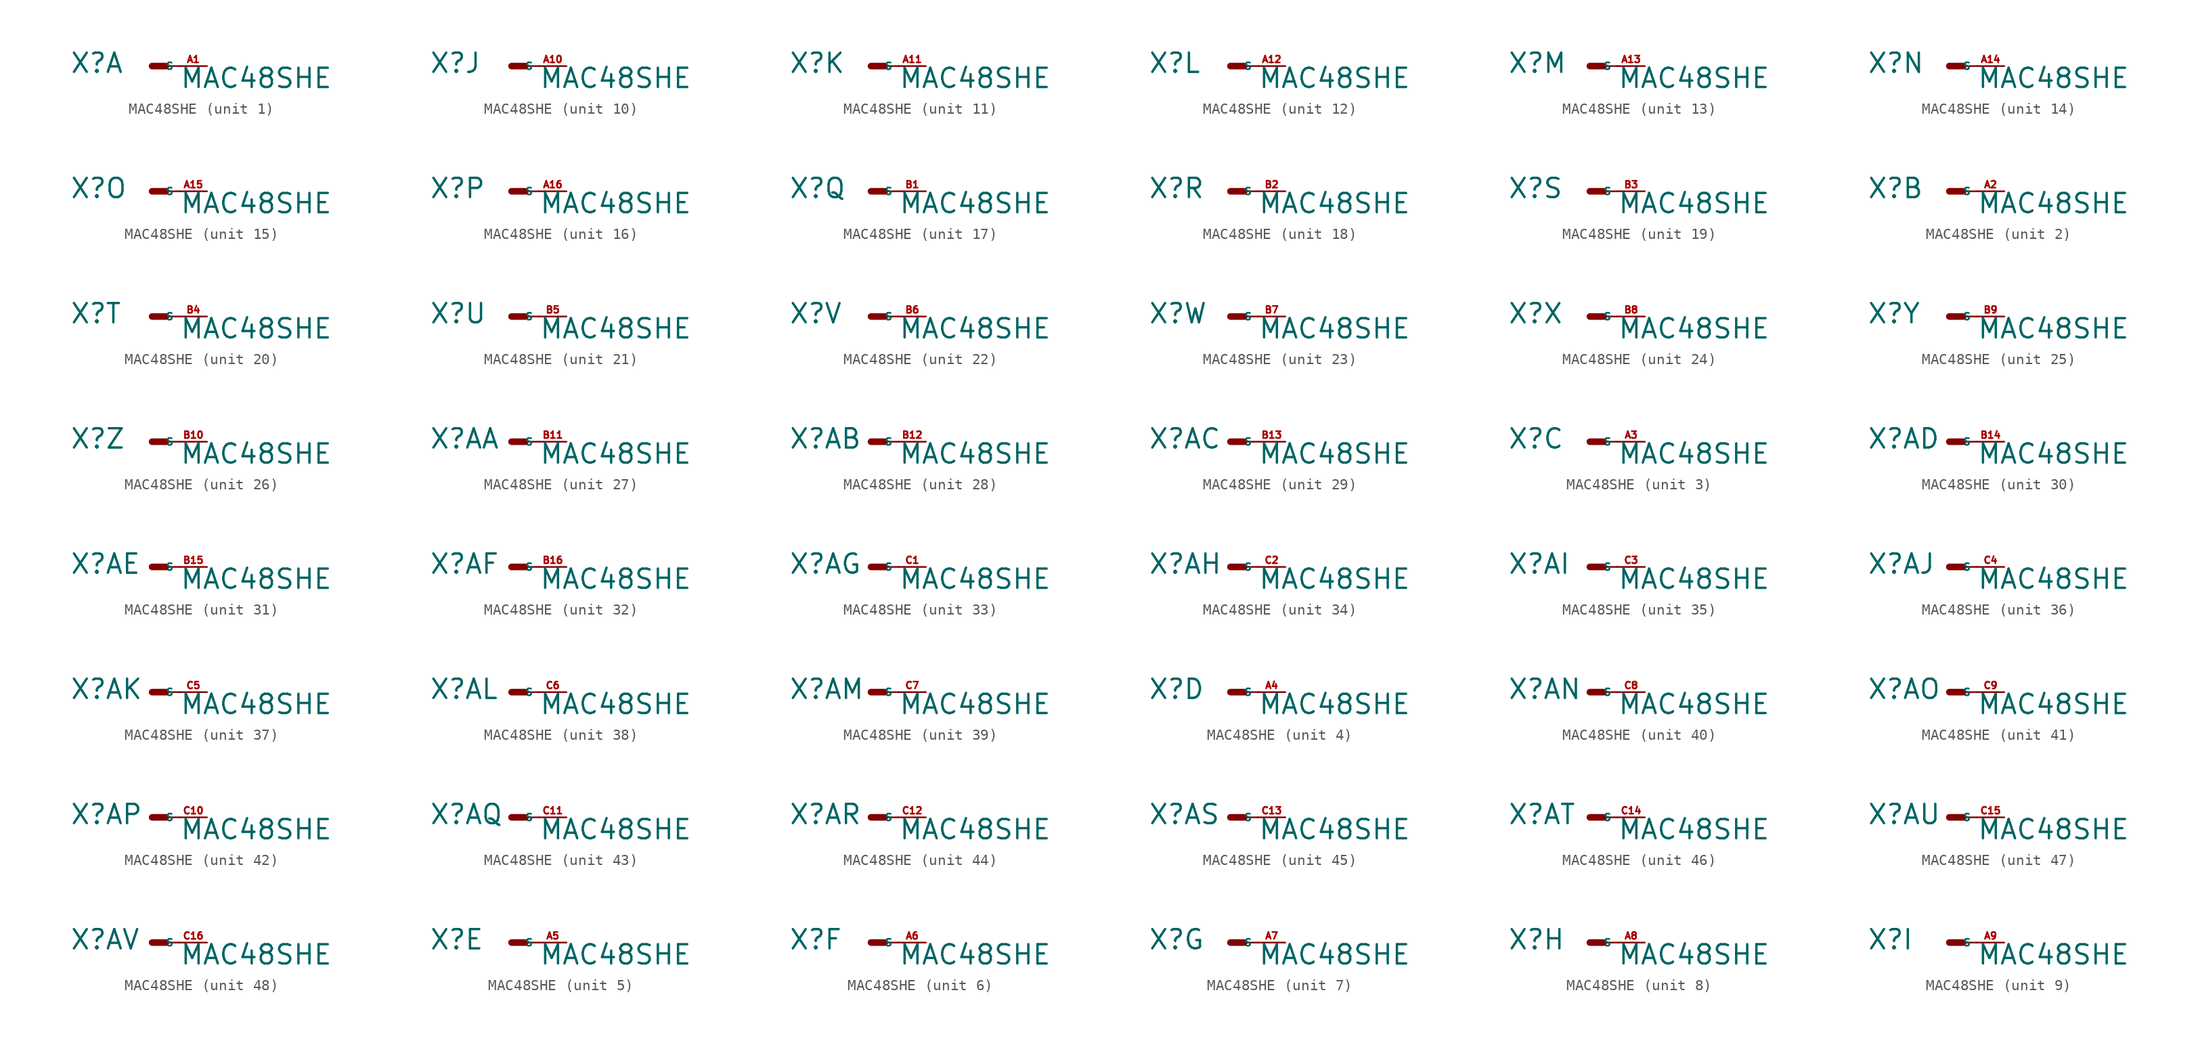
<source format=kicad_sym>
(kicad_symbol_lib
  (version 20220914)
  (generator Eagle2Kicad)
  (symbol "MAC48SHE"
    (property "Reference" "X"
      (at -7.62 -0.762 0)
      (effects (font (size 1.778 1.778) (thickness 0.22)) (justify left bottom)))
    (property "Value" "MAC48SHE"
      (at 2.54 -2.159 0)
      (effects (font (size 1.778 1.778) (thickness 0.22)) (justify left bottom)))
    (symbol "MAC48SHE_1_0"
      (polyline (pts (xy 0 0) (xy 1.27 0)) (stroke (width 0.61) (type default)) (fill (type none)))
      (polyline (pts (xy 2.54 0) (xy 1.27 0)) (stroke (width 0.152) (type default)) (fill (type none)))
      (pin passive line (at 5.08 0 180) (length 2.54) (name "S" (effects (font (size 0.635 0.635) (thickness 0.08)) (justify left bottom))) (number "A1" (effects (font (size 0.635 0.635) (thickness 0.08)) (justify left bottom)))))
    (symbol "MAC48SHE_2_0"
      (polyline (pts (xy 0 0) (xy 1.27 0)) (stroke (width 0.61) (type default)) (fill (type none)))
      (polyline (pts (xy 2.54 0) (xy 1.27 0)) (stroke (width 0.152) (type default)) (fill (type none)))
      (pin passive line (at 5.08 0 180) (length 2.54) (name "S" (effects (font (size 0.635 0.635) (thickness 0.08)) (justify left bottom))) (number "A2" (effects (font (size 0.635 0.635) (thickness 0.08)) (justify left bottom)))))
    (symbol "MAC48SHE_3_0"
      (polyline (pts (xy 0 0) (xy 1.27 0)) (stroke (width 0.61) (type default)) (fill (type none)))
      (polyline (pts (xy 2.54 0) (xy 1.27 0)) (stroke (width 0.152) (type default)) (fill (type none)))
      (pin passive line (at 5.08 0 180) (length 2.54) (name "S" (effects (font (size 0.635 0.635) (thickness 0.08)) (justify left bottom))) (number "A3" (effects (font (size 0.635 0.635) (thickness 0.08)) (justify left bottom)))))
    (symbol "MAC48SHE_4_0"
      (polyline (pts (xy 0 0) (xy 1.27 0)) (stroke (width 0.61) (type default)) (fill (type none)))
      (polyline (pts (xy 2.54 0) (xy 1.27 0)) (stroke (width 0.152) (type default)) (fill (type none)))
      (pin passive line (at 5.08 0 180) (length 2.54) (name "S" (effects (font (size 0.635 0.635) (thickness 0.08)) (justify left bottom))) (number "A4" (effects (font (size 0.635 0.635) (thickness 0.08)) (justify left bottom)))))
    (symbol "MAC48SHE_5_0"
      (polyline (pts (xy 0 0) (xy 1.27 0)) (stroke (width 0.61) (type default)) (fill (type none)))
      (polyline (pts (xy 2.54 0) (xy 1.27 0)) (stroke (width 0.152) (type default)) (fill (type none)))
      (pin passive line (at 5.08 0 180) (length 2.54) (name "S" (effects (font (size 0.635 0.635) (thickness 0.08)) (justify left bottom))) (number "A5" (effects (font (size 0.635 0.635) (thickness 0.08)) (justify left bottom)))))
    (symbol "MAC48SHE_6_0"
      (polyline (pts (xy 0 0) (xy 1.27 0)) (stroke (width 0.61) (type default)) (fill (type none)))
      (polyline (pts (xy 2.54 0) (xy 1.27 0)) (stroke (width 0.152) (type default)) (fill (type none)))
      (pin passive line (at 5.08 0 180) (length 2.54) (name "S" (effects (font (size 0.635 0.635) (thickness 0.08)) (justify left bottom))) (number "A6" (effects (font (size 0.635 0.635) (thickness 0.08)) (justify left bottom)))))
    (symbol "MAC48SHE_7_0"
      (polyline (pts (xy 0 0) (xy 1.27 0)) (stroke (width 0.61) (type default)) (fill (type none)))
      (polyline (pts (xy 2.54 0) (xy 1.27 0)) (stroke (width 0.152) (type default)) (fill (type none)))
      (pin passive line (at 5.08 0 180) (length 2.54) (name "S" (effects (font (size 0.635 0.635) (thickness 0.08)) (justify left bottom))) (number "A7" (effects (font (size 0.635 0.635) (thickness 0.08)) (justify left bottom)))))
    (symbol "MAC48SHE_8_0"
      (polyline (pts (xy 0 0) (xy 1.27 0)) (stroke (width 0.61) (type default)) (fill (type none)))
      (polyline (pts (xy 2.54 0) (xy 1.27 0)) (stroke (width 0.152) (type default)) (fill (type none)))
      (pin passive line (at 5.08 0 180) (length 2.54) (name "S" (effects (font (size 0.635 0.635) (thickness 0.08)) (justify left bottom))) (number "A8" (effects (font (size 0.635 0.635) (thickness 0.08)) (justify left bottom)))))
    (symbol "MAC48SHE_9_0"
      (polyline (pts (xy 0 0) (xy 1.27 0)) (stroke (width 0.61) (type default)) (fill (type none)))
      (polyline (pts (xy 2.54 0) (xy 1.27 0)) (stroke (width 0.152) (type default)) (fill (type none)))
      (pin passive line (at 5.08 0 180) (length 2.54) (name "S" (effects (font (size 0.635 0.635) (thickness 0.08)) (justify left bottom))) (number "A9" (effects (font (size 0.635 0.635) (thickness 0.08)) (justify left bottom)))))
    (symbol "MAC48SHE_10_0"
      (polyline (pts (xy 0 0) (xy 1.27 0)) (stroke (width 0.61) (type default)) (fill (type none)))
      (polyline (pts (xy 2.54 0) (xy 1.27 0)) (stroke (width 0.152) (type default)) (fill (type none)))
      (pin passive line (at 5.08 0 180) (length 2.54) (name "S" (effects (font (size 0.635 0.635) (thickness 0.08)) (justify left bottom))) (number "A10" (effects (font (size 0.635 0.635) (thickness 0.08)) (justify left bottom)))))
    (symbol "MAC48SHE_11_0"
      (polyline (pts (xy 0 0) (xy 1.27 0)) (stroke (width 0.61) (type default)) (fill (type none)))
      (polyline (pts (xy 2.54 0) (xy 1.27 0)) (stroke (width 0.152) (type default)) (fill (type none)))
      (pin passive line (at 5.08 0 180) (length 2.54) (name "S" (effects (font (size 0.635 0.635) (thickness 0.08)) (justify left bottom))) (number "A11" (effects (font (size 0.635 0.635) (thickness 0.08)) (justify left bottom)))))
    (symbol "MAC48SHE_12_0"
      (polyline (pts (xy 0 0) (xy 1.27 0)) (stroke (width 0.61) (type default)) (fill (type none)))
      (polyline (pts (xy 2.54 0) (xy 1.27 0)) (stroke (width 0.152) (type default)) (fill (type none)))
      (pin passive line (at 5.08 0 180) (length 2.54) (name "S" (effects (font (size 0.635 0.635) (thickness 0.08)) (justify left bottom))) (number "A12" (effects (font (size 0.635 0.635) (thickness 0.08)) (justify left bottom)))))
    (symbol "MAC48SHE_13_0"
      (polyline (pts (xy 0 0) (xy 1.27 0)) (stroke (width 0.61) (type default)) (fill (type none)))
      (polyline (pts (xy 2.54 0) (xy 1.27 0)) (stroke (width 0.152) (type default)) (fill (type none)))
      (pin passive line (at 5.08 0 180) (length 2.54) (name "S" (effects (font (size 0.635 0.635) (thickness 0.08)) (justify left bottom))) (number "A13" (effects (font (size 0.635 0.635) (thickness 0.08)) (justify left bottom)))))
    (symbol "MAC48SHE_14_0"
      (polyline (pts (xy 0 0) (xy 1.27 0)) (stroke (width 0.61) (type default)) (fill (type none)))
      (polyline (pts (xy 2.54 0) (xy 1.27 0)) (stroke (width 0.152) (type default)) (fill (type none)))
      (pin passive line (at 5.08 0 180) (length 2.54) (name "S" (effects (font (size 0.635 0.635) (thickness 0.08)) (justify left bottom))) (number "A14" (effects (font (size 0.635 0.635) (thickness 0.08)) (justify left bottom)))))
    (symbol "MAC48SHE_15_0"
      (polyline (pts (xy 0 0) (xy 1.27 0)) (stroke (width 0.61) (type default)) (fill (type none)))
      (polyline (pts (xy 2.54 0) (xy 1.27 0)) (stroke (width 0.152) (type default)) (fill (type none)))
      (pin passive line (at 5.08 0 180) (length 2.54) (name "S" (effects (font (size 0.635 0.635) (thickness 0.08)) (justify left bottom))) (number "A15" (effects (font (size 0.635 0.635) (thickness 0.08)) (justify left bottom)))))
    (symbol "MAC48SHE_16_0"
      (polyline (pts (xy 0 0) (xy 1.27 0)) (stroke (width 0.61) (type default)) (fill (type none)))
      (polyline (pts (xy 2.54 0) (xy 1.27 0)) (stroke (width 0.152) (type default)) (fill (type none)))
      (pin passive line (at 5.08 0 180) (length 2.54) (name "S" (effects (font (size 0.635 0.635) (thickness 0.08)) (justify left bottom))) (number "A16" (effects (font (size 0.635 0.635) (thickness 0.08)) (justify left bottom)))))
    (symbol "MAC48SHE_17_0"
      (polyline (pts (xy 0 0) (xy 1.27 0)) (stroke (width 0.61) (type default)) (fill (type none)))
      (polyline (pts (xy 2.54 0) (xy 1.27 0)) (stroke (width 0.152) (type default)) (fill (type none)))
      (pin passive line (at 5.08 0 180) (length 2.54) (name "S" (effects (font (size 0.635 0.635) (thickness 0.08)) (justify left bottom))) (number "B1" (effects (font (size 0.635 0.635) (thickness 0.08)) (justify left bottom)))))
    (symbol "MAC48SHE_18_0"
      (polyline (pts (xy 0 0) (xy 1.27 0)) (stroke (width 0.61) (type default)) (fill (type none)))
      (polyline (pts (xy 2.54 0) (xy 1.27 0)) (stroke (width 0.152) (type default)) (fill (type none)))
      (pin passive line (at 5.08 0 180) (length 2.54) (name "S" (effects (font (size 0.635 0.635) (thickness 0.08)) (justify left bottom))) (number "B2" (effects (font (size 0.635 0.635) (thickness 0.08)) (justify left bottom)))))
    (symbol "MAC48SHE_19_0"
      (polyline (pts (xy 0 0) (xy 1.27 0)) (stroke (width 0.61) (type default)) (fill (type none)))
      (polyline (pts (xy 2.54 0) (xy 1.27 0)) (stroke (width 0.152) (type default)) (fill (type none)))
      (pin passive line (at 5.08 0 180) (length 2.54) (name "S" (effects (font (size 0.635 0.635) (thickness 0.08)) (justify left bottom))) (number "B3" (effects (font (size 0.635 0.635) (thickness 0.08)) (justify left bottom)))))
    (symbol "MAC48SHE_20_0"
      (polyline (pts (xy 0 0) (xy 1.27 0)) (stroke (width 0.61) (type default)) (fill (type none)))
      (polyline (pts (xy 2.54 0) (xy 1.27 0)) (stroke (width 0.152) (type default)) (fill (type none)))
      (pin passive line (at 5.08 0 180) (length 2.54) (name "S" (effects (font (size 0.635 0.635) (thickness 0.08)) (justify left bottom))) (number "B4" (effects (font (size 0.635 0.635) (thickness 0.08)) (justify left bottom)))))
    (symbol "MAC48SHE_21_0"
      (polyline (pts (xy 0 0) (xy 1.27 0)) (stroke (width 0.61) (type default)) (fill (type none)))
      (polyline (pts (xy 2.54 0) (xy 1.27 0)) (stroke (width 0.152) (type default)) (fill (type none)))
      (pin passive line (at 5.08 0 180) (length 2.54) (name "S" (effects (font (size 0.635 0.635) (thickness 0.08)) (justify left bottom))) (number "B5" (effects (font (size 0.635 0.635) (thickness 0.08)) (justify left bottom)))))
    (symbol "MAC48SHE_22_0"
      (polyline (pts (xy 0 0) (xy 1.27 0)) (stroke (width 0.61) (type default)) (fill (type none)))
      (polyline (pts (xy 2.54 0) (xy 1.27 0)) (stroke (width 0.152) (type default)) (fill (type none)))
      (pin passive line (at 5.08 0 180) (length 2.54) (name "S" (effects (font (size 0.635 0.635) (thickness 0.08)) (justify left bottom))) (number "B6" (effects (font (size 0.635 0.635) (thickness 0.08)) (justify left bottom)))))
    (symbol "MAC48SHE_23_0"
      (polyline (pts (xy 0 0) (xy 1.27 0)) (stroke (width 0.61) (type default)) (fill (type none)))
      (polyline (pts (xy 2.54 0) (xy 1.27 0)) (stroke (width 0.152) (type default)) (fill (type none)))
      (pin passive line (at 5.08 0 180) (length 2.54) (name "S" (effects (font (size 0.635 0.635) (thickness 0.08)) (justify left bottom))) (number "B7" (effects (font (size 0.635 0.635) (thickness 0.08)) (justify left bottom)))))
    (symbol "MAC48SHE_24_0"
      (polyline (pts (xy 0 0) (xy 1.27 0)) (stroke (width 0.61) (type default)) (fill (type none)))
      (polyline (pts (xy 2.54 0) (xy 1.27 0)) (stroke (width 0.152) (type default)) (fill (type none)))
      (pin passive line (at 5.08 0 180) (length 2.54) (name "S" (effects (font (size 0.635 0.635) (thickness 0.08)) (justify left bottom))) (number "B8" (effects (font (size 0.635 0.635) (thickness 0.08)) (justify left bottom)))))
    (symbol "MAC48SHE_25_0"
      (polyline (pts (xy 0 0) (xy 1.27 0)) (stroke (width 0.61) (type default)) (fill (type none)))
      (polyline (pts (xy 2.54 0) (xy 1.27 0)) (stroke (width 0.152) (type default)) (fill (type none)))
      (pin passive line (at 5.08 0 180) (length 2.54) (name "S" (effects (font (size 0.635 0.635) (thickness 0.08)) (justify left bottom))) (number "B9" (effects (font (size 0.635 0.635) (thickness 0.08)) (justify left bottom)))))
    (symbol "MAC48SHE_26_0"
      (polyline (pts (xy 0 0) (xy 1.27 0)) (stroke (width 0.61) (type default)) (fill (type none)))
      (polyline (pts (xy 2.54 0) (xy 1.27 0)) (stroke (width 0.152) (type default)) (fill (type none)))
      (pin passive line (at 5.08 0 180) (length 2.54) (name "S" (effects (font (size 0.635 0.635) (thickness 0.08)) (justify left bottom))) (number "B10" (effects (font (size 0.635 0.635) (thickness 0.08)) (justify left bottom)))))
    (symbol "MAC48SHE_27_0"
      (polyline (pts (xy 0 0) (xy 1.27 0)) (stroke (width 0.61) (type default)) (fill (type none)))
      (polyline (pts (xy 2.54 0) (xy 1.27 0)) (stroke (width 0.152) (type default)) (fill (type none)))
      (pin passive line (at 5.08 0 180) (length 2.54) (name "S" (effects (font (size 0.635 0.635) (thickness 0.08)) (justify left bottom))) (number "B11" (effects (font (size 0.635 0.635) (thickness 0.08)) (justify left bottom)))))
    (symbol "MAC48SHE_28_0"
      (polyline (pts (xy 0 0) (xy 1.27 0)) (stroke (width 0.61) (type default)) (fill (type none)))
      (polyline (pts (xy 2.54 0) (xy 1.27 0)) (stroke (width 0.152) (type default)) (fill (type none)))
      (pin passive line (at 5.08 0 180) (length 2.54) (name "S" (effects (font (size 0.635 0.635) (thickness 0.08)) (justify left bottom))) (number "B12" (effects (font (size 0.635 0.635) (thickness 0.08)) (justify left bottom)))))
    (symbol "MAC48SHE_29_0"
      (polyline (pts (xy 0 0) (xy 1.27 0)) (stroke (width 0.61) (type default)) (fill (type none)))
      (polyline (pts (xy 2.54 0) (xy 1.27 0)) (stroke (width 0.152) (type default)) (fill (type none)))
      (pin passive line (at 5.08 0 180) (length 2.54) (name "S" (effects (font (size 0.635 0.635) (thickness 0.08)) (justify left bottom))) (number "B13" (effects (font (size 0.635 0.635) (thickness 0.08)) (justify left bottom)))))
    (symbol "MAC48SHE_30_0"
      (polyline (pts (xy 0 0) (xy 1.27 0)) (stroke (width 0.61) (type default)) (fill (type none)))
      (polyline (pts (xy 2.54 0) (xy 1.27 0)) (stroke (width 0.152) (type default)) (fill (type none)))
      (pin passive line (at 5.08 0 180) (length 2.54) (name "S" (effects (font (size 0.635 0.635) (thickness 0.08)) (justify left bottom))) (number "B14" (effects (font (size 0.635 0.635) (thickness 0.08)) (justify left bottom)))))
    (symbol "MAC48SHE_31_0"
      (polyline (pts (xy 0 0) (xy 1.27 0)) (stroke (width 0.61) (type default)) (fill (type none)))
      (polyline (pts (xy 2.54 0) (xy 1.27 0)) (stroke (width 0.152) (type default)) (fill (type none)))
      (pin passive line (at 5.08 0 180) (length 2.54) (name "S" (effects (font (size 0.635 0.635) (thickness 0.08)) (justify left bottom))) (number "B15" (effects (font (size 0.635 0.635) (thickness 0.08)) (justify left bottom)))))
    (symbol "MAC48SHE_32_0"
      (polyline (pts (xy 0 0) (xy 1.27 0)) (stroke (width 0.61) (type default)) (fill (type none)))
      (polyline (pts (xy 2.54 0) (xy 1.27 0)) (stroke (width 0.152) (type default)) (fill (type none)))
      (pin passive line (at 5.08 0 180) (length 2.54) (name "S" (effects (font (size 0.635 0.635) (thickness 0.08)) (justify left bottom))) (number "B16" (effects (font (size 0.635 0.635) (thickness 0.08)) (justify left bottom)))))
    (symbol "MAC48SHE_33_0"
      (polyline (pts (xy 0 0) (xy 1.27 0)) (stroke (width 0.61) (type default)) (fill (type none)))
      (polyline (pts (xy 2.54 0) (xy 1.27 0)) (stroke (width 0.152) (type default)) (fill (type none)))
      (pin passive line (at 5.08 0 180) (length 2.54) (name "S" (effects (font (size 0.635 0.635) (thickness 0.08)) (justify left bottom))) (number "C1" (effects (font (size 0.635 0.635) (thickness 0.08)) (justify left bottom)))))
    (symbol "MAC48SHE_34_0"
      (polyline (pts (xy 0 0) (xy 1.27 0)) (stroke (width 0.61) (type default)) (fill (type none)))
      (polyline (pts (xy 2.54 0) (xy 1.27 0)) (stroke (width 0.152) (type default)) (fill (type none)))
      (pin passive line (at 5.08 0 180) (length 2.54) (name "S" (effects (font (size 0.635 0.635) (thickness 0.08)) (justify left bottom))) (number "C2" (effects (font (size 0.635 0.635) (thickness 0.08)) (justify left bottom)))))
    (symbol "MAC48SHE_35_0"
      (polyline (pts (xy 0 0) (xy 1.27 0)) (stroke (width 0.61) (type default)) (fill (type none)))
      (polyline (pts (xy 2.54 0) (xy 1.27 0)) (stroke (width 0.152) (type default)) (fill (type none)))
      (pin passive line (at 5.08 0 180) (length 2.54) (name "S" (effects (font (size 0.635 0.635) (thickness 0.08)) (justify left bottom))) (number "C3" (effects (font (size 0.635 0.635) (thickness 0.08)) (justify left bottom)))))
    (symbol "MAC48SHE_36_0"
      (polyline (pts (xy 0 0) (xy 1.27 0)) (stroke (width 0.61) (type default)) (fill (type none)))
      (polyline (pts (xy 2.54 0) (xy 1.27 0)) (stroke (width 0.152) (type default)) (fill (type none)))
      (pin passive line (at 5.08 0 180) (length 2.54) (name "S" (effects (font (size 0.635 0.635) (thickness 0.08)) (justify left bottom))) (number "C4" (effects (font (size 0.635 0.635) (thickness 0.08)) (justify left bottom)))))
    (symbol "MAC48SHE_37_0"
      (polyline (pts (xy 0 0) (xy 1.27 0)) (stroke (width 0.61) (type default)) (fill (type none)))
      (polyline (pts (xy 2.54 0) (xy 1.27 0)) (stroke (width 0.152) (type default)) (fill (type none)))
      (pin passive line (at 5.08 0 180) (length 2.54) (name "S" (effects (font (size 0.635 0.635) (thickness 0.08)) (justify left bottom))) (number "C5" (effects (font (size 0.635 0.635) (thickness 0.08)) (justify left bottom)))))
    (symbol "MAC48SHE_38_0"
      (polyline (pts (xy 0 0) (xy 1.27 0)) (stroke (width 0.61) (type default)) (fill (type none)))
      (polyline (pts (xy 2.54 0) (xy 1.27 0)) (stroke (width 0.152) (type default)) (fill (type none)))
      (pin passive line (at 5.08 0 180) (length 2.54) (name "S" (effects (font (size 0.635 0.635) (thickness 0.08)) (justify left bottom))) (number "C6" (effects (font (size 0.635 0.635) (thickness 0.08)) (justify left bottom)))))
    (symbol "MAC48SHE_39_0"
      (polyline (pts (xy 0 0) (xy 1.27 0)) (stroke (width 0.61) (type default)) (fill (type none)))
      (polyline (pts (xy 2.54 0) (xy 1.27 0)) (stroke (width 0.152) (type default)) (fill (type none)))
      (pin passive line (at 5.08 0 180) (length 2.54) (name "S" (effects (font (size 0.635 0.635) (thickness 0.08)) (justify left bottom))) (number "C7" (effects (font (size 0.635 0.635) (thickness 0.08)) (justify left bottom)))))
    (symbol "MAC48SHE_40_0"
      (polyline (pts (xy 0 0) (xy 1.27 0)) (stroke (width 0.61) (type default)) (fill (type none)))
      (polyline (pts (xy 2.54 0) (xy 1.27 0)) (stroke (width 0.152) (type default)) (fill (type none)))
      (pin passive line (at 5.08 0 180) (length 2.54) (name "S" (effects (font (size 0.635 0.635) (thickness 0.08)) (justify left bottom))) (number "C8" (effects (font (size 0.635 0.635) (thickness 0.08)) (justify left bottom)))))
    (symbol "MAC48SHE_41_0"
      (polyline (pts (xy 0 0) (xy 1.27 0)) (stroke (width 0.61) (type default)) (fill (type none)))
      (polyline (pts (xy 2.54 0) (xy 1.27 0)) (stroke (width 0.152) (type default)) (fill (type none)))
      (pin passive line (at 5.08 0 180) (length 2.54) (name "S" (effects (font (size 0.635 0.635) (thickness 0.08)) (justify left bottom))) (number "C9" (effects (font (size 0.635 0.635) (thickness 0.08)) (justify left bottom)))))
    (symbol "MAC48SHE_42_0"
      (polyline (pts (xy 0 0) (xy 1.27 0)) (stroke (width 0.61) (type default)) (fill (type none)))
      (polyline (pts (xy 2.54 0) (xy 1.27 0)) (stroke (width 0.152) (type default)) (fill (type none)))
      (pin passive line (at 5.08 0 180) (length 2.54) (name "S" (effects (font (size 0.635 0.635) (thickness 0.08)) (justify left bottom))) (number "C10" (effects (font (size 0.635 0.635) (thickness 0.08)) (justify left bottom)))))
    (symbol "MAC48SHE_43_0"
      (polyline (pts (xy 0 0) (xy 1.27 0)) (stroke (width 0.61) (type default)) (fill (type none)))
      (polyline (pts (xy 2.54 0) (xy 1.27 0)) (stroke (width 0.152) (type default)) (fill (type none)))
      (pin passive line (at 5.08 0 180) (length 2.54) (name "S" (effects (font (size 0.635 0.635) (thickness 0.08)) (justify left bottom))) (number "C11" (effects (font (size 0.635 0.635) (thickness 0.08)) (justify left bottom)))))
    (symbol "MAC48SHE_44_0"
      (polyline (pts (xy 0 0) (xy 1.27 0)) (stroke (width 0.61) (type default)) (fill (type none)))
      (polyline (pts (xy 2.54 0) (xy 1.27 0)) (stroke (width 0.152) (type default)) (fill (type none)))
      (pin passive line (at 5.08 0 180) (length 2.54) (name "S" (effects (font (size 0.635 0.635) (thickness 0.08)) (justify left bottom))) (number "C12" (effects (font (size 0.635 0.635) (thickness 0.08)) (justify left bottom)))))
    (symbol "MAC48SHE_45_0"
      (polyline (pts (xy 0 0) (xy 1.27 0)) (stroke (width 0.61) (type default)) (fill (type none)))
      (polyline (pts (xy 2.54 0) (xy 1.27 0)) (stroke (width 0.152) (type default)) (fill (type none)))
      (pin passive line (at 5.08 0 180) (length 2.54) (name "S" (effects (font (size 0.635 0.635) (thickness 0.08)) (justify left bottom))) (number "C13" (effects (font (size 0.635 0.635) (thickness 0.08)) (justify left bottom)))))
    (symbol "MAC48SHE_46_0"
      (polyline (pts (xy 0 0) (xy 1.27 0)) (stroke (width 0.61) (type default)) (fill (type none)))
      (polyline (pts (xy 2.54 0) (xy 1.27 0)) (stroke (width 0.152) (type default)) (fill (type none)))
      (pin passive line (at 5.08 0 180) (length 2.54) (name "S" (effects (font (size 0.635 0.635) (thickness 0.08)) (justify left bottom))) (number "C14" (effects (font (size 0.635 0.635) (thickness 0.08)) (justify left bottom)))))
    (symbol "MAC48SHE_47_0"
      (polyline (pts (xy 0 0) (xy 1.27 0)) (stroke (width 0.61) (type default)) (fill (type none)))
      (polyline (pts (xy 2.54 0) (xy 1.27 0)) (stroke (width 0.152) (type default)) (fill (type none)))
      (pin passive line (at 5.08 0 180) (length 2.54) (name "S" (effects (font (size 0.635 0.635) (thickness 0.08)) (justify left bottom))) (number "C15" (effects (font (size 0.635 0.635) (thickness 0.08)) (justify left bottom)))))
    (symbol "MAC48SHE_48_0"
      (polyline (pts (xy 0 0) (xy 1.27 0)) (stroke (width 0.61) (type default)) (fill (type none)))
      (polyline (pts (xy 2.54 0) (xy 1.27 0)) (stroke (width 0.152) (type default)) (fill (type none)))
      (pin passive line (at 5.08 0 180) (length 2.54) (name "S" (effects (font (size 0.635 0.635) (thickness 0.08)) (justify left bottom))) (number "C16" (effects (font (size 0.635 0.635) (thickness 0.08)) (justify left bottom)))))))
</source>
